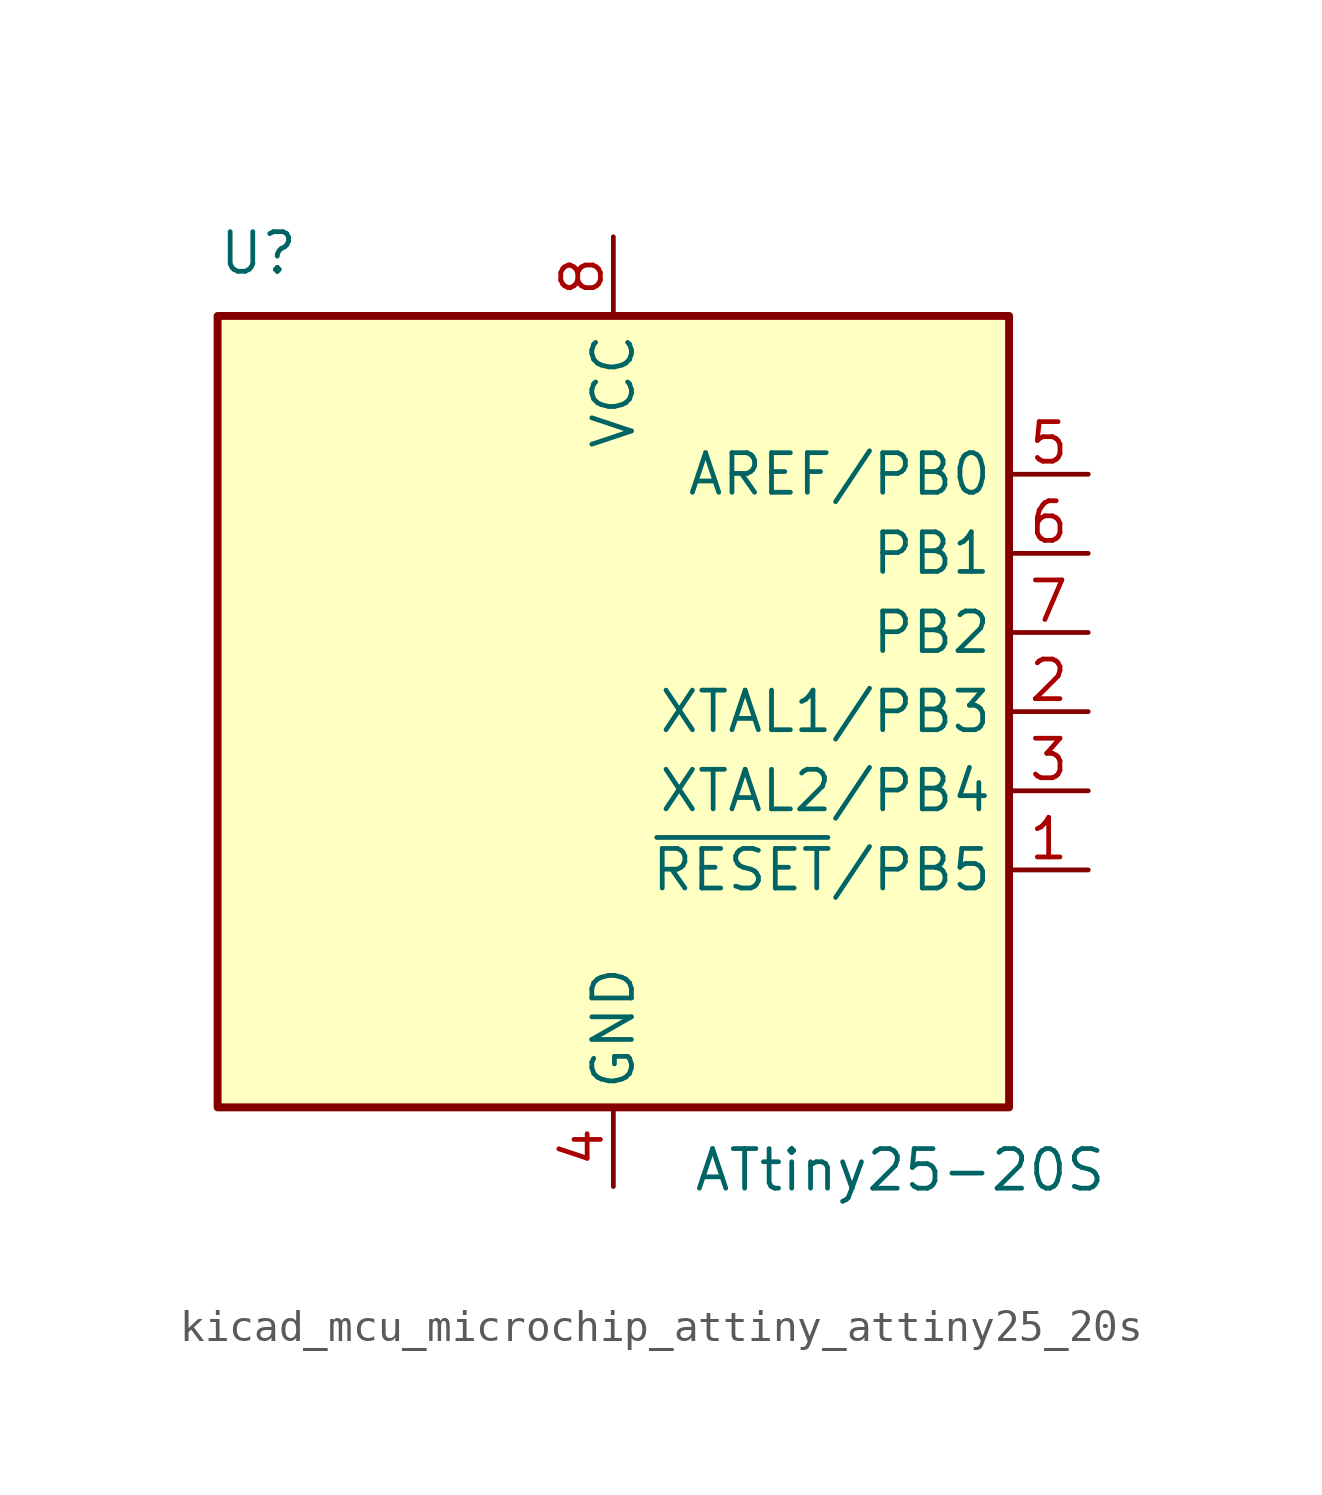
<source format=kicad_sym>
(kicad_symbol_lib
  (version 20220914)
  (generator kicad_symbol_editor)
  (symbol "kicad_mcu_microchip_attiny_attiny25_20s"
    (property "Reference" "U"
      (at -12.7 13.97 0)
      (effects (font (size 1.27 1.27)) (justify left bottom)))
    (property "Value" "ATtiny25-20S"
      (at 2.54 -13.97 0)
      (effects (font (size 1.27 1.27)) (justify left top)))
    (symbol "kicad_mcu_microchip_attiny_attiny25_20s_0_1"
      (rectangle (start -12.7 -12.7) (end 12.7 12.7) (stroke (width 0.254) (type default)) (fill (type background))))
    (symbol "kicad_mcu_microchip_attiny_attiny25_20s_1_1"
      (pin bidirectional line (at 15.24 -5.08 180) (length 2.54) (name "~{RESET}/PB5" (effects (font (size 1.27 1.27)))) (number "1" (effects (font (size 1.27 1.27)))))
      (pin bidirectional line (at 15.24 0 180) (length 2.54) (name "XTAL1/PB3" (effects (font (size 1.27 1.27)))) (number "2" (effects (font (size 1.27 1.27)))))
      (pin bidirectional line (at 15.24 -2.54 180) (length 2.54) (name "XTAL2/PB4" (effects (font (size 1.27 1.27)))) (number "3" (effects (font (size 1.27 1.27)))))
      (pin power_in line (at 0 -15.24 90) (length 2.54) (name "GND" (effects (font (size 1.27 1.27)))) (number "4" (effects (font (size 1.27 1.27)))))
      (pin bidirectional line (at 15.24 7.62 180) (length 2.54) (name "AREF/PB0" (effects (font (size 1.27 1.27)))) (number "5" (effects (font (size 1.27 1.27)))))
      (pin bidirectional line (at 15.24 5.08 180) (length 2.54) (name "PB1" (effects (font (size 1.27 1.27)))) (number "6" (effects (font (size 1.27 1.27)))))
      (pin bidirectional line (at 15.24 2.54 180) (length 2.54) (name "PB2" (effects (font (size 1.27 1.27)))) (number "7" (effects (font (size 1.27 1.27)))))
      (pin power_in line (at 0 15.24 270) (length 2.54) (name "VCC" (effects (font (size 1.27 1.27)))) (number "8" (effects (font (size 1.27 1.27))))))))
</source>
